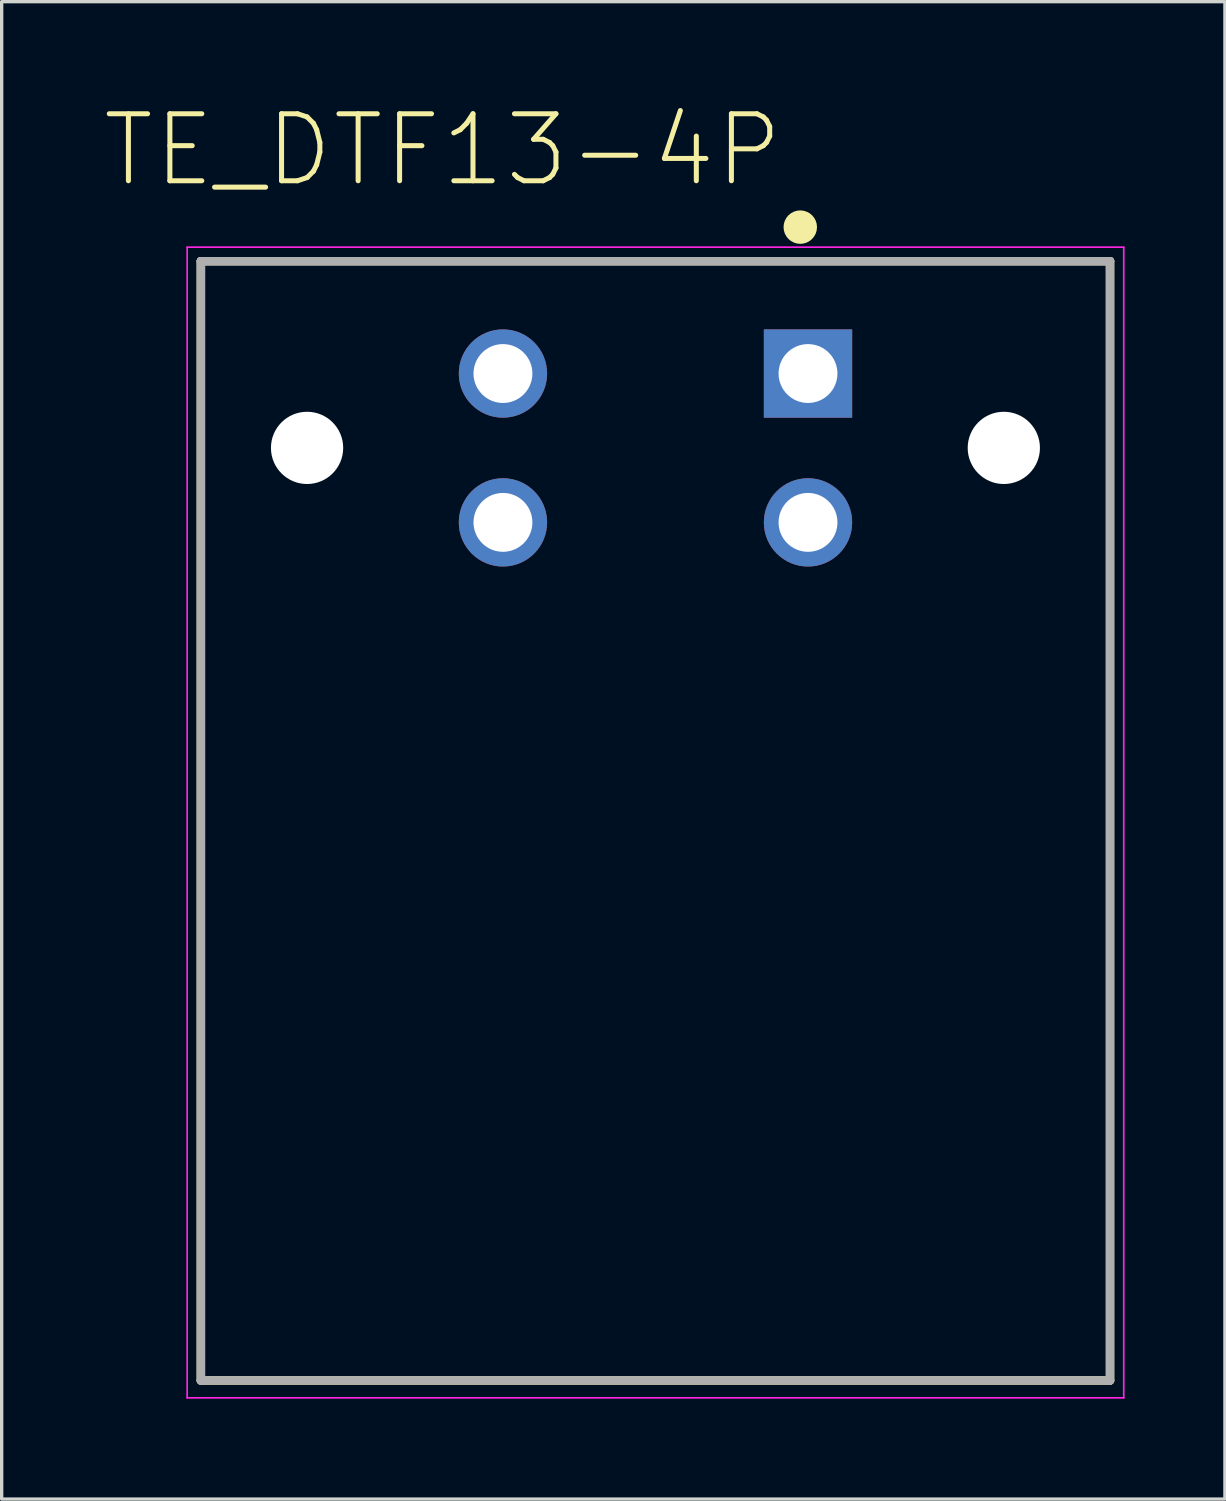
<source format=kicad_pcb>
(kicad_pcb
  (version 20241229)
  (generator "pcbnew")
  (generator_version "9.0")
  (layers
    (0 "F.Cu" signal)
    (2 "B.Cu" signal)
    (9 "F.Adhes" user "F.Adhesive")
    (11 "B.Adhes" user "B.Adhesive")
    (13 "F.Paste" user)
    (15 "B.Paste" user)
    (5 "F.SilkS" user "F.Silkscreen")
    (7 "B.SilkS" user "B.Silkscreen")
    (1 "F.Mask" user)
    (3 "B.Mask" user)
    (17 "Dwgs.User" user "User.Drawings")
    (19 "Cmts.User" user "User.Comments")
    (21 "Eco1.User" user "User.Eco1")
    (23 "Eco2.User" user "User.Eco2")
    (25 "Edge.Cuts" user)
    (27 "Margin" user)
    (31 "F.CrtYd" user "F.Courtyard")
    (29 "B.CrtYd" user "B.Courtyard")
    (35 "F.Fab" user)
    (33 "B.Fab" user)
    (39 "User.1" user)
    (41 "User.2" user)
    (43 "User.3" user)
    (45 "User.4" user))
  (footprint "TE_DTF13-4P"
    (layer "F.Cu")
    (at 16.545 10.34)
    (property "Reference" "TE_DTF13-4P" (at -6.361 -8.905 0) (layer "F.SilkS") (effects (font (size 2.003 2.003) (thickness 0.15))))
    (attr through_hole)
    (fp_line (start -13.59 -5.58) (end 13.59 -5.58) (stroke (width 0.254) (type solid)) (layer "F.SilkS"))
    (fp_line (start -13.59 27.88) (end -13.59 -5.58) (stroke (width 0.254) (type solid)) (layer "F.SilkS"))
    (fp_line (start 13.59 -5.58) (end 13.59 27.88) (stroke (width 0.254) (type solid)) (layer "F.SilkS"))
    (fp_line (start 13.59 27.88) (end -13.59 27.88) (stroke (width 0.254) (type solid)) (layer "F.SilkS"))
    (fp_circle (center 4.33 -6.6) (end 4.58 -6.6) (stroke (width 0.5) (type solid)) (fill no) (layer "F.SilkS"))
    (fp_line (start -14 -6) (end 14 -6) (stroke (width 0.05) (type solid)) (layer "F.CrtYd"))
    (fp_line (start -14 28.4) (end -14 -6) (stroke (width 0.05) (type solid)) (layer "F.CrtYd"))
    (fp_line (start 14 -6) (end 14 28.4) (stroke (width 0.05) (type solid)) (layer "F.CrtYd"))
    (fp_line (start 14 28.4) (end -14 28.4) (stroke (width 0.05) (type solid)) (layer "F.CrtYd"))
    (fp_line (start -13.59 -5.58) (end 13.59 -5.58) (stroke (width 0.254) (type solid)) (layer "F.Fab"))
    (fp_line (start -13.59 27.88) (end -13.59 -5.58) (stroke (width 0.254) (type solid)) (layer "F.Fab"))
    (fp_line (start 13.59 -5.58) (end 13.59 27.88) (stroke (width 0.254) (type solid)) (layer "F.Fab"))
    (fp_line (start 13.59 27.88) (end -13.59 27.88) (stroke (width 0.254) (type solid)) (layer "F.Fab"))
    (pad "" np_thru_hole circle (at -10.415 0) (size 2.16 2.16) (drill 2.16) (layers "*.Cu" "*.Mask"))
    (pad "" np_thru_hole circle (at 10.415 0) (size 2.16 2.16) (drill 2.16) (layers "*.Cu" "*.Mask"))
    (pad "1" thru_hole rect (at 4.561 -2.223) (size 2.64 2.64) (drill 1.76) (layers "*.Cu" "*.Mask"))
    (pad "2" thru_hole circle (at 4.561 2.227) (size 2.64 2.64) (drill 1.76) (layers "*.Cu" "*.Mask"))
    (pad "3" thru_hole circle (at -4.559 2.227) (size 2.64 2.64) (drill 1.76) (layers "*.Cu" "*.Mask"))
    (pad "4" thru_hole circle (at -4.559 -2.223) (size 2.64 2.64) (drill 1.76) (layers "*.Cu" "*.Mask")))
  (gr_rect
    (start -3 -3)
    (end 33.57 41.765)
    (stroke (width 0.1) (type default))
    (fill no)
    (layer "Edge.Cuts")))
</source>
